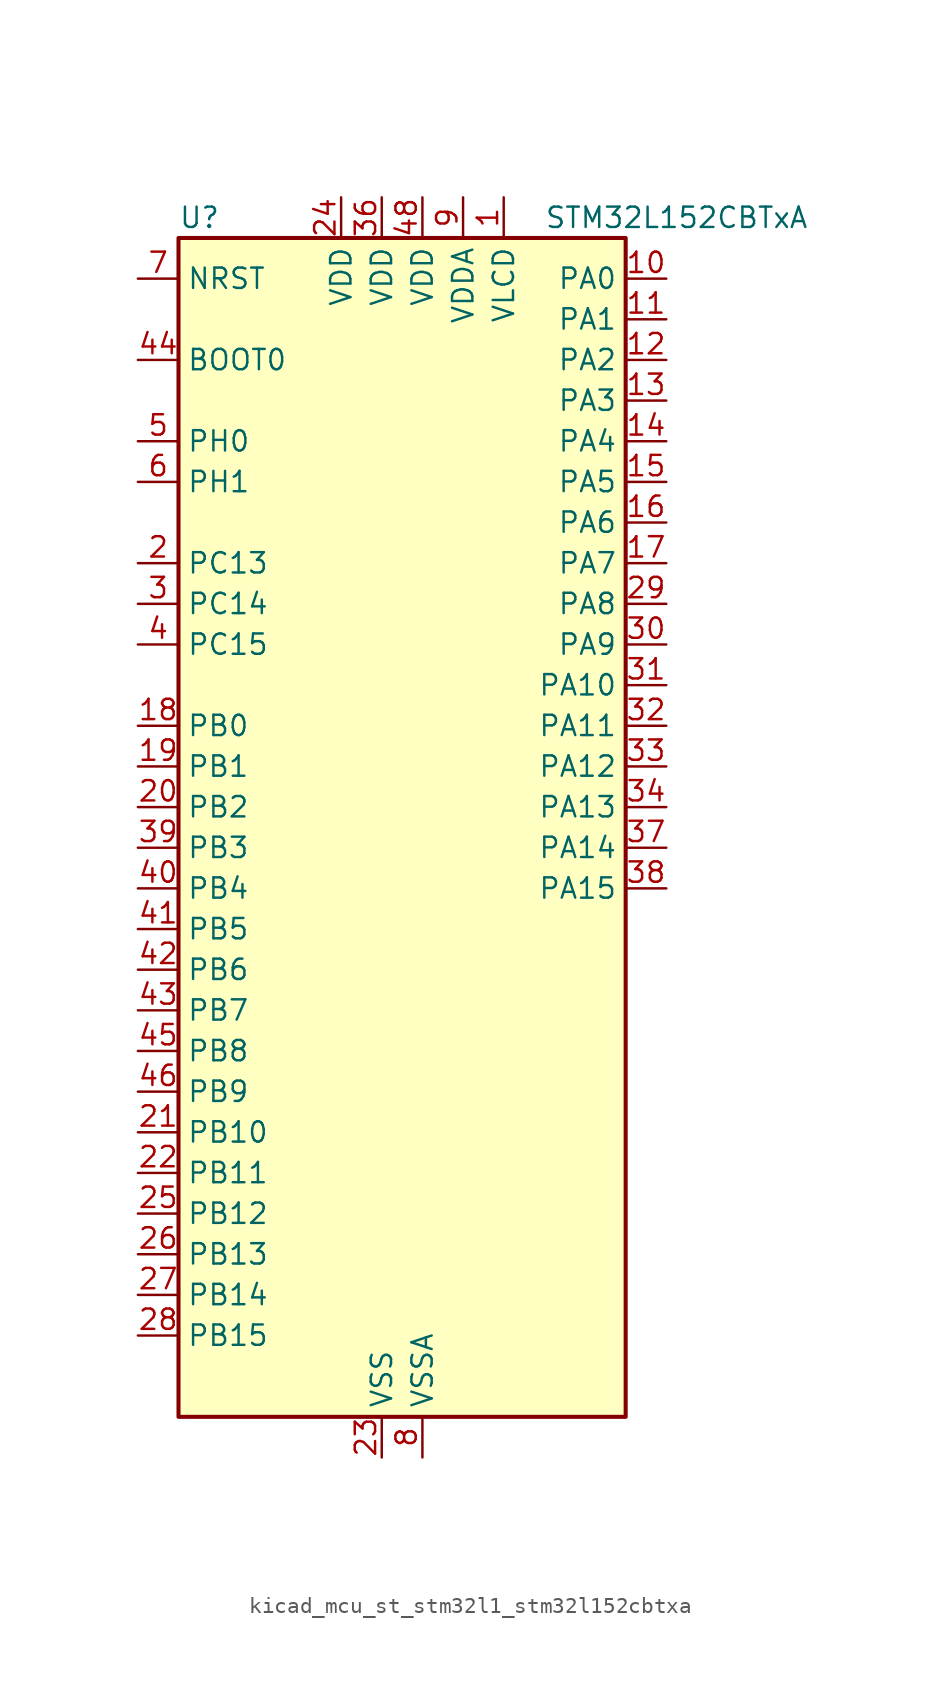
<source format=kicad_sym>
(kicad_symbol_lib
  (version 20220914)
  (generator kicad_symbol_editor)
  (symbol "kicad_mcu_st_stm32l1_stm32l152cbtxa"
    (property "Reference" "U"
      (at -12.7 39.37 0)
      (effects (font (size 1.27 1.27)) (justify left)))
    (property "Value" "STM32L152CBTxA"
      (at 10.16 39.37 0)
      (effects (font (size 1.27 1.27)) (justify left)))
    (property "ki_locked" ""
      (at 0 0 0)
      (effects (font (size 1.27 1.27))))
    (symbol "kicad_mcu_st_stm32l1_stm32l152cbtxa_0_1"
      (rectangle (start -12.7 -35.56) (end 15.24 38.1) (stroke (width 0.254) (type default)) (fill (type background))))
    (symbol "kicad_mcu_st_stm32l1_stm32l152cbtxa_1_1"
      (pin power_in line (at 7.62 40.64 270) (length 2.54) (name "VLCD" (effects (font (size 1.27 1.27)))) (number "1" (effects (font (size 1.27 1.27)))))
      (pin bidirectional line (at 17.78 35.56 180) (length 2.54) (name "PA0" (effects (font (size 1.27 1.27)))) (number "10" (effects (font (size 1.27 1.27)))) (alternate "ADC_IN0" bidirectional line) (alternate "COMP1_INP" bidirectional line) (alternate "RTC_TAMP2" bidirectional line) (alternate "SYS_WKUP1" bidirectional line) (alternate "TIM2_CH1" bidirectional line) (alternate "TIM2_ETR" bidirectional line) (alternate "TIMX_IC1" bidirectional line) (alternate "TS_G1_IO1" bidirectional line) (alternate "USART2_CTS" bidirectional line))
      (pin bidirectional line (at 17.78 33.02 180) (length 2.54) (name "PA1" (effects (font (size 1.27 1.27)))) (number "11" (effects (font (size 1.27 1.27)))) (alternate "ADC_IN1" bidirectional line) (alternate "COMP1_INP" bidirectional line) (alternate "LCD_SEG0" bidirectional line) (alternate "TIM2_CH2" bidirectional line) (alternate "TIMX_IC2" bidirectional line) (alternate "TS_G1_IO2" bidirectional line) (alternate "USART2_RTS" bidirectional line))
      (pin bidirectional line (at 17.78 30.48 180) (length 2.54) (name "PA2" (effects (font (size 1.27 1.27)))) (number "12" (effects (font (size 1.27 1.27)))) (alternate "ADC_IN2" bidirectional line) (alternate "COMP1_INP" bidirectional line) (alternate "LCD_SEG1" bidirectional line) (alternate "TIM2_CH3" bidirectional line) (alternate "TIM9_CH1" bidirectional line) (alternate "TIMX_IC3" bidirectional line) (alternate "TS_G1_IO3" bidirectional line) (alternate "USART2_TX" bidirectional line))
      (pin bidirectional line (at 17.78 27.94 180) (length 2.54) (name "PA3" (effects (font (size 1.27 1.27)))) (number "13" (effects (font (size 1.27 1.27)))) (alternate "ADC_IN3" bidirectional line) (alternate "COMP1_INP" bidirectional line) (alternate "LCD_SEG2" bidirectional line) (alternate "TIM2_CH4" bidirectional line) (alternate "TIM9_CH2" bidirectional line) (alternate "TIMX_IC4" bidirectional line) (alternate "TS_G1_IO4" bidirectional line) (alternate "USART2_RX" bidirectional line))
      (pin bidirectional line (at 17.78 25.4 180) (length 2.54) (name "PA4" (effects (font (size 1.27 1.27)))) (number "14" (effects (font (size 1.27 1.27)))) (alternate "ADC_IN4" bidirectional line) (alternate "COMP1_INP" bidirectional line) (alternate "DAC_OUT1" bidirectional line) (alternate "SPI1_NSS" bidirectional line) (alternate "TIMX_IC1" bidirectional line) (alternate "USART2_CK" bidirectional line))
      (pin bidirectional line (at 17.78 22.86 180) (length 2.54) (name "PA5" (effects (font (size 1.27 1.27)))) (number "15" (effects (font (size 1.27 1.27)))) (alternate "ADC_IN5" bidirectional line) (alternate "COMP1_INP" bidirectional line) (alternate "DAC_OUT2" bidirectional line) (alternate "SPI1_SCK" bidirectional line) (alternate "TIM2_CH1" bidirectional line) (alternate "TIM2_ETR" bidirectional line) (alternate "TIMX_IC2" bidirectional line))
      (pin bidirectional line (at 17.78 20.32 180) (length 2.54) (name "PA6" (effects (font (size 1.27 1.27)))) (number "16" (effects (font (size 1.27 1.27)))) (alternate "ADC_IN6" bidirectional line) (alternate "COMP1_INP" bidirectional line) (alternate "LCD_SEG3" bidirectional line) (alternate "SPI1_MISO" bidirectional line) (alternate "TIM10_CH1" bidirectional line) (alternate "TIM3_CH1" bidirectional line) (alternate "TIMX_IC3" bidirectional line) (alternate "TS_G2_IO1" bidirectional line))
      (pin bidirectional line (at 17.78 17.78 180) (length 2.54) (name "PA7" (effects (font (size 1.27 1.27)))) (number "17" (effects (font (size 1.27 1.27)))) (alternate "ADC_IN7" bidirectional line) (alternate "COMP1_INP" bidirectional line) (alternate "LCD_SEG4" bidirectional line) (alternate "SPI1_MOSI" bidirectional line) (alternate "TIM11_CH1" bidirectional line) (alternate "TIM3_CH2" bidirectional line) (alternate "TIMX_IC4" bidirectional line) (alternate "TS_G2_IO2" bidirectional line))
      (pin bidirectional line (at -15.24 7.62 0) (length 2.54) (name "PB0" (effects (font (size 1.27 1.27)))) (number "18" (effects (font (size 1.27 1.27)))) (alternate "ADC_IN8" bidirectional line) (alternate "COMP1_INP" bidirectional line) (alternate "LCD_SEG5" bidirectional line) (alternate "SYS_V_REF_OUT" bidirectional line) (alternate "TIM3_CH3" bidirectional line) (alternate "TS_G3_IO1" bidirectional line))
      (pin bidirectional line (at -15.24 5.08 0) (length 2.54) (name "PB1" (effects (font (size 1.27 1.27)))) (number "19" (effects (font (size 1.27 1.27)))) (alternate "ADC_IN9" bidirectional line) (alternate "COMP1_INP" bidirectional line) (alternate "LCD_SEG6" bidirectional line) (alternate "SYS_V_REF_OUT" bidirectional line) (alternate "TIM3_CH4" bidirectional line) (alternate "TS_G3_IO2" bidirectional line))
      (pin bidirectional line (at -15.24 17.78 0) (length 2.54) (name "PC13" (effects (font (size 1.27 1.27)))) (number "2" (effects (font (size 1.27 1.27)))) (alternate "RTC_OUT_ALARM" bidirectional line) (alternate "RTC_OUT_CALIB" bidirectional line) (alternate "RTC_TAMP1" bidirectional line) (alternate "RTC_TS" bidirectional line) (alternate "SYS_WKUP2" bidirectional line) (alternate "TIMX_IC2" bidirectional line))
      (pin bidirectional line (at -15.24 2.54 0) (length 2.54) (name "PB2" (effects (font (size 1.27 1.27)))) (number "20" (effects (font (size 1.27 1.27)))) (alternate "TS_G3_IO3" bidirectional line))
      (pin bidirectional line (at -15.24 -17.78 0) (length 2.54) (name "PB10" (effects (font (size 1.27 1.27)))) (number "21" (effects (font (size 1.27 1.27)))) (alternate "I2C2_SCL" bidirectional line) (alternate "LCD_SEG10" bidirectional line) (alternate "TIM2_CH3" bidirectional line) (alternate "USART3_TX" bidirectional line))
      (pin bidirectional line (at -15.24 -20.32 0) (length 2.54) (name "PB11" (effects (font (size 1.27 1.27)))) (number "22" (effects (font (size 1.27 1.27)))) (alternate "ADC_EXTI11" bidirectional line) (alternate "I2C2_SDA" bidirectional line) (alternate "LCD_SEG11" bidirectional line) (alternate "TIM2_CH4" bidirectional line) (alternate "USART3_RX" bidirectional line))
      (pin power_in line (at 0 -38.1 90) (length 2.54) (name "VSS" (effects (font (size 1.27 1.27)))) (number "23" (effects (font (size 1.27 1.27)))))
      (pin power_in line (at -2.54 40.64 270) (length 2.54) (name "VDD" (effects (font (size 1.27 1.27)))) (number "24" (effects (font (size 1.27 1.27)))))
      (pin bidirectional line (at -15.24 -22.86 0) (length 2.54) (name "PB12" (effects (font (size 1.27 1.27)))) (number "25" (effects (font (size 1.27 1.27)))) (alternate "ADC_IN18" bidirectional line) (alternate "COMP1_INP" bidirectional line) (alternate "I2C2_SMBA" bidirectional line) (alternate "LCD_SEG12" bidirectional line) (alternate "SPI2_NSS" bidirectional line) (alternate "TIM10_CH1" bidirectional line) (alternate "TS_G7_IO1" bidirectional line) (alternate "USART3_CK" bidirectional line))
      (pin bidirectional line (at -15.24 -25.4 0) (length 2.54) (name "PB13" (effects (font (size 1.27 1.27)))) (number "26" (effects (font (size 1.27 1.27)))) (alternate "ADC_IN19" bidirectional line) (alternate "COMP1_INP" bidirectional line) (alternate "LCD_SEG13" bidirectional line) (alternate "SPI2_SCK" bidirectional line) (alternate "TIM9_CH1" bidirectional line) (alternate "TS_G7_IO2" bidirectional line) (alternate "USART3_CTS" bidirectional line))
      (pin bidirectional line (at -15.24 -27.94 0) (length 2.54) (name "PB14" (effects (font (size 1.27 1.27)))) (number "27" (effects (font (size 1.27 1.27)))) (alternate "ADC_IN20" bidirectional line) (alternate "COMP1_INP" bidirectional line) (alternate "LCD_SEG14" bidirectional line) (alternate "SPI2_MISO" bidirectional line) (alternate "TIM9_CH2" bidirectional line) (alternate "TS_G7_IO3" bidirectional line) (alternate "USART3_RTS" bidirectional line))
      (pin bidirectional line (at -15.24 -30.48 0) (length 2.54) (name "PB15" (effects (font (size 1.27 1.27)))) (number "28" (effects (font (size 1.27 1.27)))) (alternate "ADC_EXTI15" bidirectional line) (alternate "ADC_IN21" bidirectional line) (alternate "COMP1_INP" bidirectional line) (alternate "LCD_SEG15" bidirectional line) (alternate "RTC_REFIN" bidirectional line) (alternate "SPI2_MOSI" bidirectional line) (alternate "TIM11_CH1" bidirectional line) (alternate "TS_G7_IO4" bidirectional line))
      (pin bidirectional line (at 17.78 15.24 180) (length 2.54) (name "PA8" (effects (font (size 1.27 1.27)))) (number "29" (effects (font (size 1.27 1.27)))) (alternate "LCD_COM0" bidirectional line) (alternate "RCC_MCO" bidirectional line) (alternate "TIMX_IC1" bidirectional line) (alternate "TS_G4_IO1" bidirectional line) (alternate "USART1_CK" bidirectional line))
      (pin bidirectional line (at -15.24 15.24 0) (length 2.54) (name "PC14" (effects (font (size 1.27 1.27)))) (number "3" (effects (font (size 1.27 1.27)))) (alternate "RCC_OSC32_IN" bidirectional line) (alternate "TIMX_IC3" bidirectional line))
      (pin bidirectional line (at 17.78 12.7 180) (length 2.54) (name "PA9" (effects (font (size 1.27 1.27)))) (number "30" (effects (font (size 1.27 1.27)))) (alternate "DAC_EXTI9" bidirectional line) (alternate "LCD_COM1" bidirectional line) (alternate "TIMX_IC2" bidirectional line) (alternate "TS_G4_IO2" bidirectional line) (alternate "USART1_TX" bidirectional line))
      (pin bidirectional line (at 17.78 10.16 180) (length 2.54) (name "PA10" (effects (font (size 1.27 1.27)))) (number "31" (effects (font (size 1.27 1.27)))) (alternate "LCD_COM2" bidirectional line) (alternate "TIMX_IC3" bidirectional line) (alternate "TS_G4_IO3" bidirectional line) (alternate "USART1_RX" bidirectional line))
      (pin bidirectional line (at 17.78 7.62 180) (length 2.54) (name "PA11" (effects (font (size 1.27 1.27)))) (number "32" (effects (font (size 1.27 1.27)))) (alternate "ADC_EXTI11" bidirectional line) (alternate "SPI1_MISO" bidirectional line) (alternate "TIMX_IC4" bidirectional line) (alternate "USART1_CTS" bidirectional line) (alternate "USB_DM" bidirectional line))
      (pin bidirectional line (at 17.78 5.08 180) (length 2.54) (name "PA12" (effects (font (size 1.27 1.27)))) (number "33" (effects (font (size 1.27 1.27)))) (alternate "SPI1_MOSI" bidirectional line) (alternate "TIMX_IC1" bidirectional line) (alternate "USART1_RTS" bidirectional line) (alternate "USB_DP" bidirectional line))
      (pin bidirectional line (at 17.78 2.54 180) (length 2.54) (name "PA13" (effects (font (size 1.27 1.27)))) (number "34" (effects (font (size 1.27 1.27)))) (alternate "SYS_JTMS-SWDIO" bidirectional line) (alternate "TIMX_IC2" bidirectional line) (alternate "TS_G5_IO1" bidirectional line))
      (pin passive line (at 0 -38.1 90) (length 2.54) hide (name "VSS" (effects (font (size 1.27 1.27)))) (number "35" (effects (font (size 1.27 1.27)))))
      (pin power_in line (at 0 40.64 270) (length 2.54) (name "VDD" (effects (font (size 1.27 1.27)))) (number "36" (effects (font (size 1.27 1.27)))))
      (pin bidirectional line (at 17.78 0 180) (length 2.54) (name "PA14" (effects (font (size 1.27 1.27)))) (number "37" (effects (font (size 1.27 1.27)))) (alternate "SYS_JTCK-SWCLK" bidirectional line) (alternate "TIMX_IC3" bidirectional line) (alternate "TS_G5_IO2" bidirectional line))
      (pin bidirectional line (at 17.78 -2.54 180) (length 2.54) (name "PA15" (effects (font (size 1.27 1.27)))) (number "38" (effects (font (size 1.27 1.27)))) (alternate "ADC_EXTI15" bidirectional line) (alternate "LCD_SEG17" bidirectional line) (alternate "SPI1_NSS" bidirectional line) (alternate "SYS_JTDI" bidirectional line) (alternate "TIM2_CH1" bidirectional line) (alternate "TIM2_ETR" bidirectional line) (alternate "TIMX_IC4" bidirectional line) (alternate "TS_G5_IO3" bidirectional line))
      (pin bidirectional line (at -15.24 0 0) (length 2.54) (name "PB3" (effects (font (size 1.27 1.27)))) (number "39" (effects (font (size 1.27 1.27)))) (alternate "COMP2_INM" bidirectional line) (alternate "LCD_SEG7" bidirectional line) (alternate "SPI1_SCK" bidirectional line) (alternate "SYS_JTDO-TRACESWO" bidirectional line) (alternate "TIM2_CH2" bidirectional line))
      (pin bidirectional line (at -15.24 12.7 0) (length 2.54) (name "PC15" (effects (font (size 1.27 1.27)))) (number "4" (effects (font (size 1.27 1.27)))) (alternate "ADC_EXTI15" bidirectional line) (alternate "RCC_OSC32_OUT" bidirectional line) (alternate "TIMX_IC4" bidirectional line))
      (pin bidirectional line (at -15.24 -2.54 0) (length 2.54) (name "PB4" (effects (font (size 1.27 1.27)))) (number "40" (effects (font (size 1.27 1.27)))) (alternate "COMP2_INP" bidirectional line) (alternate "LCD_SEG8" bidirectional line) (alternate "SPI1_MISO" bidirectional line) (alternate "SYS_JTRST" bidirectional line) (alternate "TIM3_CH1" bidirectional line) (alternate "TS_G6_IO1" bidirectional line))
      (pin bidirectional line (at -15.24 -5.08 0) (length 2.54) (name "PB5" (effects (font (size 1.27 1.27)))) (number "41" (effects (font (size 1.27 1.27)))) (alternate "COMP2_INP" bidirectional line) (alternate "I2C1_SMBA" bidirectional line) (alternate "LCD_SEG9" bidirectional line) (alternate "SPI1_MOSI" bidirectional line) (alternate "TIM3_CH2" bidirectional line) (alternate "TS_G6_IO2" bidirectional line))
      (pin bidirectional line (at -15.24 -7.62 0) (length 2.54) (name "PB6" (effects (font (size 1.27 1.27)))) (number "42" (effects (font (size 1.27 1.27)))) (alternate "I2C1_SCL" bidirectional line) (alternate "TIM4_CH1" bidirectional line) (alternate "TS_G6_IO3" bidirectional line) (alternate "USART1_TX" bidirectional line))
      (pin bidirectional line (at -15.24 -10.16 0) (length 2.54) (name "PB7" (effects (font (size 1.27 1.27)))) (number "43" (effects (font (size 1.27 1.27)))) (alternate "I2C1_SDA" bidirectional line) (alternate "SYS_PVD_IN" bidirectional line) (alternate "TIM4_CH2" bidirectional line) (alternate "TS_G6_IO4" bidirectional line) (alternate "USART1_RX" bidirectional line))
      (pin input line (at -15.24 30.48 0) (length 2.54) (name "BOOT0" (effects (font (size 1.27 1.27)))) (number "44" (effects (font (size 1.27 1.27)))))
      (pin bidirectional line (at -15.24 -12.7 0) (length 2.54) (name "PB8" (effects (font (size 1.27 1.27)))) (number "45" (effects (font (size 1.27 1.27)))) (alternate "I2C1_SCL" bidirectional line) (alternate "LCD_SEG16" bidirectional line) (alternate "TIM10_CH1" bidirectional line) (alternate "TIM4_CH3" bidirectional line))
      (pin bidirectional line (at -15.24 -15.24 0) (length 2.54) (name "PB9" (effects (font (size 1.27 1.27)))) (number "46" (effects (font (size 1.27 1.27)))) (alternate "DAC_EXTI9" bidirectional line) (alternate "I2C1_SDA" bidirectional line) (alternate "LCD_COM3" bidirectional line) (alternate "TIM11_CH1" bidirectional line) (alternate "TIM4_CH4" bidirectional line))
      (pin passive line (at 0 -38.1 90) (length 2.54) hide (name "VSS" (effects (font (size 1.27 1.27)))) (number "47" (effects (font (size 1.27 1.27)))))
      (pin power_in line (at 2.54 40.64 270) (length 2.54) (name "VDD" (effects (font (size 1.27 1.27)))) (number "48" (effects (font (size 1.27 1.27)))))
      (pin bidirectional line (at -15.24 25.4 0) (length 2.54) (name "PH0" (effects (font (size 1.27 1.27)))) (number "5" (effects (font (size 1.27 1.27)))) (alternate "RCC_OSC_IN" bidirectional line))
      (pin bidirectional line (at -15.24 22.86 0) (length 2.54) (name "PH1" (effects (font (size 1.27 1.27)))) (number "6" (effects (font (size 1.27 1.27)))) (alternate "RCC_OSC_OUT" bidirectional line))
      (pin input line (at -15.24 35.56 0) (length 2.54) (name "NRST" (effects (font (size 1.27 1.27)))) (number "7" (effects (font (size 1.27 1.27)))))
      (pin power_in line (at 2.54 -38.1 90) (length 2.54) (name "VSSA" (effects (font (size 1.27 1.27)))) (number "8" (effects (font (size 1.27 1.27)))))
      (pin power_in line (at 5.08 40.64 270) (length 2.54) (name "VDDA" (effects (font (size 1.27 1.27)))) (number "9" (effects (font (size 1.27 1.27))))))))
</source>
